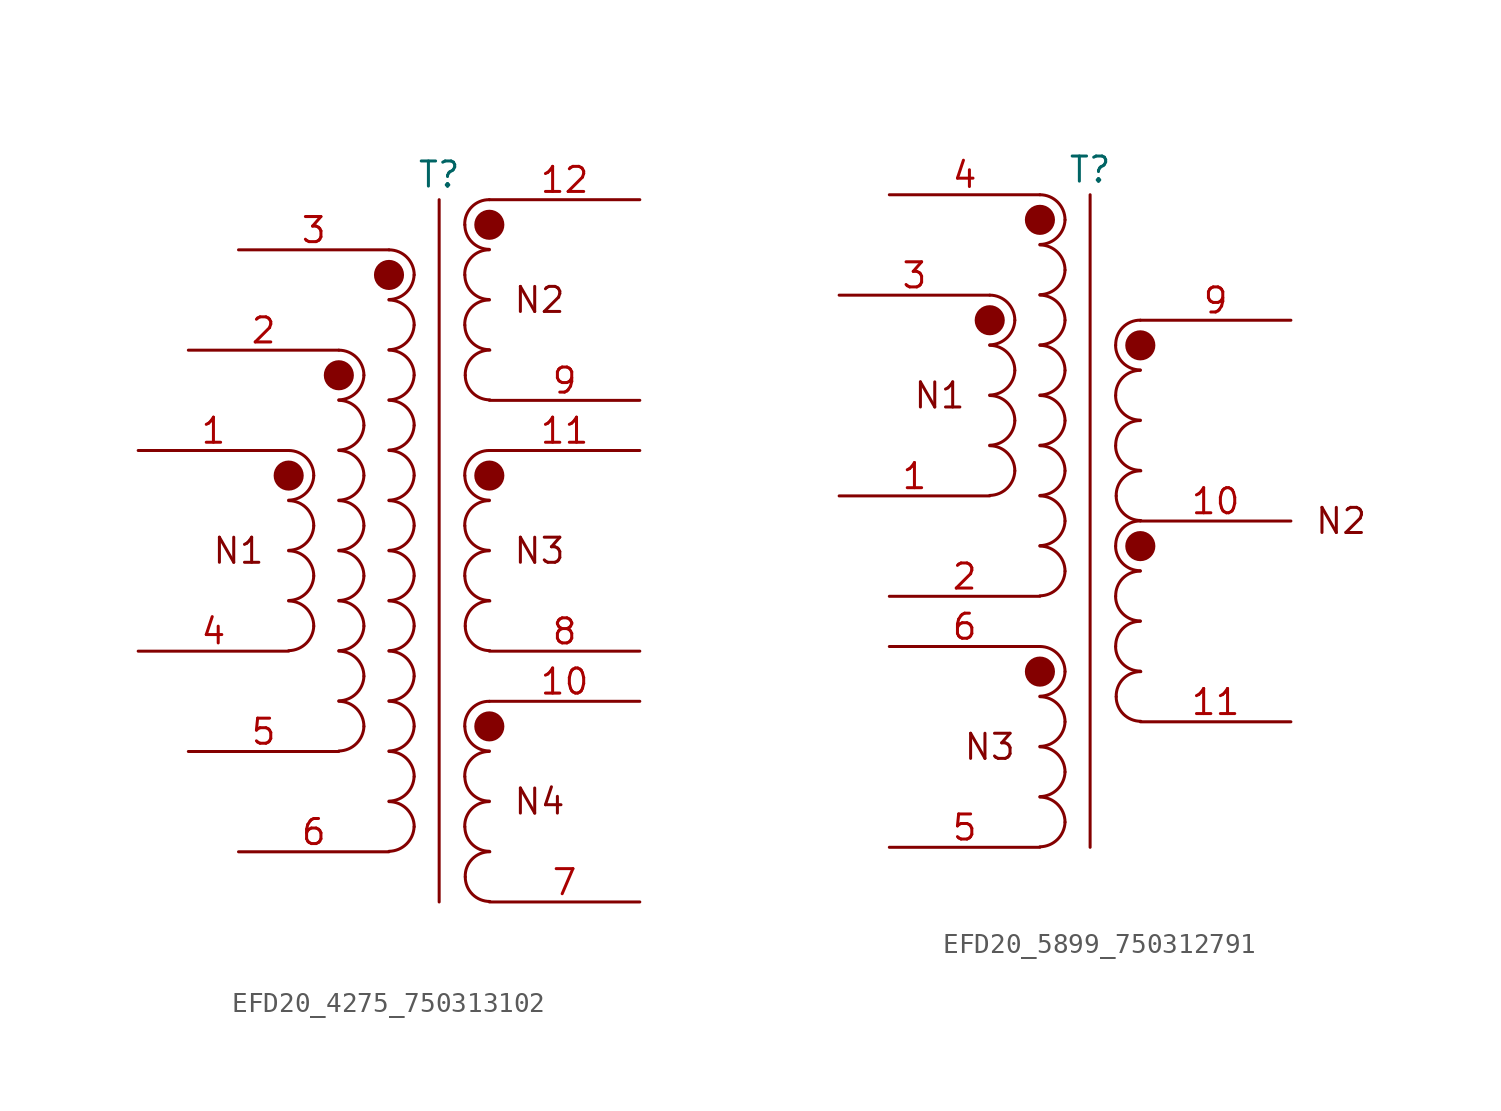
<source format=kicad_sym>
(kicad_symbol_lib
  (version 20220914)
  (generator kicad_symbol_editor)
  (symbol "EFD20_4275_750313102"
    (pin_names hide)
    (property "Reference" "T"
      (at 0 19.05 0)
      (effects (font (size 1.27 1.27))))
    (symbol "EFD20_4275_750313102_0_1"
      (arc (start -7.62 -5.0546) (mid -6.736 -4.6864) (end -6.35 -3.81) (stroke (width 0) (type default)) (fill (type none)))
      (arc (start -7.62 -2.5146) (mid -6.736 -2.1464) (end -6.35 -1.27) (stroke (width 0) (type default)) (fill (type none)))
      (arc (start -7.62 0.0254) (mid -6.736 0.3936) (end -6.35 1.27) (stroke (width 0) (type default)) (fill (type none)))
      (arc (start -7.62 2.5654) (mid -6.736 2.9336) (end -6.35 3.81) (stroke (width 0) (type default)) (fill (type none)))
      (arc (start -6.35 -3.81) (mid -6.722 -2.912) (end -7.62 -2.54) (stroke (width 0) (type default)) (fill (type none)))
      (arc (start -6.35 -1.27) (mid -6.722 -0.372) (end -7.62 0) (stroke (width 0) (type default)) (fill (type none)))
      (arc (start -6.35 1.27) (mid -6.722 2.168) (end -7.62 2.54) (stroke (width 0) (type default)) (fill (type none)))
      (arc (start -6.35 3.81) (mid -6.722 4.708) (end -7.62 5.08) (stroke (width 0) (type default)) (fill (type none)))
      (arc (start -5.08 -10.1346) (mid -4.196 -9.7664) (end -3.81 -8.89) (stroke (width 0) (type default)) (fill (type none)))
      (arc (start -5.08 -7.5946) (mid -4.196 -7.2264) (end -3.81 -6.35) (stroke (width 0) (type default)) (fill (type none)))
      (arc (start -5.08 -5.0546) (mid -4.196 -4.6864) (end -3.81 -3.81) (stroke (width 0) (type default)) (fill (type none)))
      (arc (start -5.08 -2.5146) (mid -4.196 -2.1464) (end -3.81 -1.27) (stroke (width 0) (type default)) (fill (type none)))
      (arc (start -5.08 0.0254) (mid -4.196 0.3936) (end -3.81 1.27) (stroke (width 0) (type default)) (fill (type none)))
      (arc (start -5.08 2.5654) (mid -4.196 2.9336) (end -3.81 3.81) (stroke (width 0) (type default)) (fill (type none)))
      (arc (start -5.08 5.1054) (mid -4.196 5.4736) (end -3.81 6.35) (stroke (width 0) (type default)) (fill (type none)))
      (arc (start -5.08 7.6454) (mid -4.196 8.0136) (end -3.81 8.89) (stroke (width 0) (type default)) (fill (type none)))
      (arc (start -3.81 -8.89) (mid -4.182 -7.992) (end -5.08 -7.62) (stroke (width 0) (type default)) (fill (type none)))
      (arc (start -3.81 -6.35) (mid -4.182 -5.452) (end -5.08 -5.08) (stroke (width 0) (type default)) (fill (type none)))
      (arc (start -3.81 -3.81) (mid -4.182 -2.912) (end -5.08 -2.54) (stroke (width 0) (type default)) (fill (type none)))
      (arc (start -3.81 -1.27) (mid -4.182 -0.372) (end -5.08 0) (stroke (width 0) (type default)) (fill (type none)))
      (arc (start -3.81 1.27) (mid -4.182 2.168) (end -5.08 2.54) (stroke (width 0) (type default)) (fill (type none)))
      (arc (start -3.81 3.81) (mid -4.182 4.708) (end -5.08 5.08) (stroke (width 0) (type default)) (fill (type none)))
      (arc (start -3.81 6.35) (mid -4.182 7.248) (end -5.08 7.62) (stroke (width 0) (type default)) (fill (type none)))
      (arc (start -3.81 8.89) (mid -4.182 9.788) (end -5.08 10.16) (stroke (width 0) (type default)) (fill (type none)))
      (arc (start -2.54 -15.2146) (mid -1.656 -14.8464) (end -1.27 -13.97) (stroke (width 0) (type default)) (fill (type none)))
      (arc (start -2.54 -12.6746) (mid -1.656 -12.3064) (end -1.27 -11.43) (stroke (width 0) (type default)) (fill (type none)))
      (arc (start -2.54 -10.1346) (mid -1.656 -9.7664) (end -1.27 -8.89) (stroke (width 0) (type default)) (fill (type none)))
      (arc (start -2.54 -7.5946) (mid -1.656 -7.2264) (end -1.27 -6.35) (stroke (width 0) (type default)) (fill (type none)))
      (arc (start -2.54 -5.0546) (mid -1.656 -4.6864) (end -1.27 -3.81) (stroke (width 0) (type default)) (fill (type none)))
      (arc (start -2.54 -2.5146) (mid -1.656 -2.1464) (end -1.27 -1.27) (stroke (width 0) (type default)) (fill (type none)))
      (arc (start -2.54 0.0254) (mid -1.656 0.3936) (end -1.27 1.27) (stroke (width 0) (type default)) (fill (type none)))
      (arc (start -2.54 2.5654) (mid -1.656 2.9336) (end -1.27 3.81) (stroke (width 0) (type default)) (fill (type none)))
      (arc (start -2.54 5.1054) (mid -1.656 5.4736) (end -1.27 6.35) (stroke (width 0) (type default)) (fill (type none)))
      (arc (start -2.54 7.6454) (mid -1.656 8.0136) (end -1.27 8.89) (stroke (width 0) (type default)) (fill (type none)))
      (arc (start -2.54 10.1854) (mid -1.656 10.5536) (end -1.27 11.43) (stroke (width 0) (type default)) (fill (type none)))
      (arc (start -2.54 12.7254) (mid -1.656 13.0936) (end -1.27 13.97) (stroke (width 0) (type default)) (fill (type none)))
      (arc (start -1.27 -13.97) (mid -1.642 -13.072) (end -2.54 -12.7) (stroke (width 0) (type default)) (fill (type none)))
      (arc (start -1.27 -11.43) (mid -1.642 -10.532) (end -2.54 -10.16) (stroke (width 0) (type default)) (fill (type none)))
      (arc (start -1.27 -8.89) (mid -1.642 -7.992) (end -2.54 -7.62) (stroke (width 0) (type default)) (fill (type none)))
      (arc (start -1.27 -6.35) (mid -1.642 -5.452) (end -2.54 -5.08) (stroke (width 0) (type default)) (fill (type none)))
      (arc (start -1.27 -3.81) (mid -1.642 -2.912) (end -2.54 -2.54) (stroke (width 0) (type default)) (fill (type none)))
      (arc (start -1.27 -1.27) (mid -1.642 -0.372) (end -2.54 0) (stroke (width 0) (type default)) (fill (type none)))
      (arc (start -1.27 1.27) (mid -1.642 2.168) (end -2.54 2.54) (stroke (width 0) (type default)) (fill (type none)))
      (arc (start -1.27 3.81) (mid -1.642 4.708) (end -2.54 5.08) (stroke (width 0) (type default)) (fill (type none)))
      (arc (start -1.27 6.35) (mid -1.642 7.248) (end -2.54 7.62) (stroke (width 0) (type default)) (fill (type none)))
      (arc (start -1.27 8.89) (mid -1.642 9.788) (end -2.54 10.16) (stroke (width 0) (type default)) (fill (type none)))
      (arc (start -1.27 11.43) (mid -1.642 12.328) (end -2.54 12.7) (stroke (width 0) (type default)) (fill (type none)))
      (arc (start -1.27 13.97) (mid -1.642 14.868) (end -2.54 15.24) (stroke (width 0) (type default)) (fill (type none)))
      (polyline (pts (xy 0 17.78) (xy 0 -17.78)) (stroke (width 0) (type default)) (fill (type none)))
      (arc (start 1.2954 -13.97) (mid 1.6599 -14.8501) (end 2.54 -15.2146) (stroke (width 0) (type default)) (fill (type none)))
      (arc (start 1.2954 -11.43) (mid 1.6599 -12.3101) (end 2.54 -12.6746) (stroke (width 0) (type default)) (fill (type none)))
      (arc (start 1.2954 -8.89) (mid 1.6599 -9.7701) (end 2.54 -10.1346) (stroke (width 0) (type default)) (fill (type none)))
      (arc (start 1.2954 -1.27) (mid 1.6599 -2.1501) (end 2.54 -2.5146) (stroke (width 0) (type default)) (fill (type none)))
      (arc (start 1.2954 1.27) (mid 1.6599 0.3899) (end 2.54 0.0254) (stroke (width 0) (type default)) (fill (type none)))
      (arc (start 1.2954 3.81) (mid 1.6599 2.9299) (end 2.54 2.5654) (stroke (width 0) (type default)) (fill (type none)))
      (arc (start 1.2954 11.43) (mid 1.6599 10.5499) (end 2.54 10.1854) (stroke (width 0) (type default)) (fill (type none)))
      (arc (start 1.2954 13.97) (mid 1.6599 13.0899) (end 2.54 12.7254) (stroke (width 0) (type default)) (fill (type none)))
      (arc (start 1.2954 16.51) (mid 1.6599 15.6299) (end 2.54 15.2654) (stroke (width 0) (type default)) (fill (type none)))
      (arc (start 1.3208 -16.51) (mid 1.6854 -17.3899) (end 2.5654 -17.7546) (stroke (width 0) (type default)) (fill (type none)))
      (arc (start 1.3208 -3.81) (mid 1.6853 -4.6901) (end 2.5654 -5.0546) (stroke (width 0) (type default)) (fill (type none)))
      (arc (start 1.3208 8.89) (mid 1.6854 8.0101) (end 2.5654 7.6454) (stroke (width 0) (type default)) (fill (type none)))
      (arc (start 2.54 -12.7) (mid 1.6458 -13.0685) (end 1.2954 -13.97) (stroke (width 0) (type default)) (fill (type none)))
      (arc (start 2.54 -10.16) (mid 1.6458 -10.5285) (end 1.2954 -11.43) (stroke (width 0) (type default)) (fill (type none)))
      (arc (start 2.54 -7.62) (mid 1.6458 -7.9885) (end 1.2954 -8.89) (stroke (width 0) (type default)) (fill (type none)))
      (arc (start 2.54 0) (mid 1.642 -0.372) (end 1.2954 -1.27) (stroke (width 0) (type default)) (fill (type none)))
      (arc (start 2.54 2.54) (mid 1.642 2.168) (end 1.2954 1.27) (stroke (width 0) (type default)) (fill (type none)))
      (arc (start 2.54 5.08) (mid 1.642 4.708) (end 1.2954 3.81) (stroke (width 0) (type default)) (fill (type none)))
      (arc (start 2.54 12.7) (mid 1.6458 12.3315) (end 1.2954 11.43) (stroke (width 0) (type default)) (fill (type none)))
      (arc (start 2.54 15.24) (mid 1.6458 14.8715) (end 1.2954 13.97) (stroke (width 0) (type default)) (fill (type none)))
      (arc (start 2.54 17.78) (mid 1.6458 17.4115) (end 1.2954 16.51) (stroke (width 0) (type default)) (fill (type none)))
      (arc (start 2.5654 -15.24) (mid 1.6709 -15.6083) (end 1.3208 -16.51) (stroke (width 0) (type default)) (fill (type none)))
      (arc (start 2.5654 -2.54) (mid 1.6674 -2.912) (end 1.3208 -3.81) (stroke (width 0) (type default)) (fill (type none)))
      (arc (start 2.5654 10.16) (mid 1.6709 9.7917) (end 1.3208 8.89) (stroke (width 0) (type default)) (fill (type none))))
    (symbol "EFD20_4275_750313102_1_1"
      (circle (center -7.62 3.81) (radius 0.0001) (stroke (width 0.762) (type default)) (fill (type none)))
      (circle (center -5.08 8.89) (radius 0.0001) (stroke (width 0.762) (type default)) (fill (type none)))
      (circle (center -2.54 13.97) (radius 0.0001) (stroke (width 0.762) (type default)) (fill (type none)))
      (circle (center 2.54 -8.89) (radius 0.0001) (stroke (width 0.762) (type default)) (fill (type none)))
      (circle (center 2.54 3.81) (radius 0.0001) (stroke (width 0.762) (type default)) (fill (type none)))
      (circle (center 2.54 16.51) (radius 0.0001) (stroke (width 0.762) (type default)) (fill (type none)))
      (text "N1" (at -10.16 0 0) (effects (font (size 1.27 1.27))))
      (text "N2" (at 5.08 12.7 0) (effects (font (size 1.27 1.27))))
      (text "N3" (at 5.08 0 0) (effects (font (size 1.27 1.27))))
      (text "N4" (at 5.08 -12.7 0) (effects (font (size 1.27 1.27))))
      (pin passive line (at -15.24 5.08 0) (length 7.62) (name "1" (effects (font (size 1.27 1.27)))) (number "1" (effects (font (size 1.27 1.27)))))
      (pin passive line (at 10.16 -7.62 180) (length 7.62) (name "10" (effects (font (size 1.27 1.27)))) (number "10" (effects (font (size 1.27 1.27)))))
      (pin passive line (at 10.16 5.08 180) (length 7.62) (name "11" (effects (font (size 1.27 1.27)))) (number "11" (effects (font (size 1.27 1.27)))))
      (pin passive line (at 10.16 17.78 180) (length 7.62) (name "12" (effects (font (size 1.27 1.27)))) (number "12" (effects (font (size 1.27 1.27)))))
      (pin passive line (at -12.7 10.16 0) (length 7.62) (name "2" (effects (font (size 1.27 1.27)))) (number "2" (effects (font (size 1.27 1.27)))))
      (pin passive line (at -10.16 15.24 0) (length 7.62) (name "3" (effects (font (size 1.27 1.27)))) (number "3" (effects (font (size 1.27 1.27)))))
      (pin passive line (at -15.24 -5.08 0) (length 7.62) (name "4" (effects (font (size 1.27 1.27)))) (number "4" (effects (font (size 1.27 1.27)))))
      (pin passive line (at -12.7 -10.16 0) (length 7.62) (name "5" (effects (font (size 1.27 1.27)))) (number "5" (effects (font (size 1.27 1.27)))))
      (pin passive line (at -10.16 -15.24 0) (length 7.62) (name "6" (effects (font (size 1.27 1.27)))) (number "6" (effects (font (size 1.27 1.27)))))
      (pin passive line (at 10.16 -17.78 180) (length 7.62) (name "7" (effects (font (size 1.27 1.27)))) (number "7" (effects (font (size 1.27 1.27)))))
      (pin passive line (at 10.16 -5.08 180) (length 7.62) (name "8" (effects (font (size 1.27 1.27)))) (number "8" (effects (font (size 1.27 1.27)))))
      (pin passive line (at 10.16 7.62 180) (length 7.62) (name "9" (effects (font (size 1.27 1.27)))) (number "9" (effects (font (size 1.27 1.27)))))))
  (symbol "EFD20_5899_750312791"
    (pin_names hide)
    (property "Reference" "T"
      (at 0 17.78 0)
      (effects (font (size 1.27 1.27))))
    (symbol "EFD20_5899_750312791_0_1"
      (arc (start -5.08 1.2954) (mid -4.1961 1.6637) (end -3.81 2.54) (stroke (width 0) (type default)) (fill (type none)))
      (arc (start -5.08 3.8354) (mid -4.1961 4.2037) (end -3.81 5.08) (stroke (width 0) (type default)) (fill (type none)))
      (arc (start -5.08 6.3754) (mid -4.1961 6.7437) (end -3.81 7.62) (stroke (width 0) (type default)) (fill (type none)))
      (arc (start -5.08 8.9154) (mid -4.1961 9.2837) (end -3.81 10.16) (stroke (width 0) (type default)) (fill (type none)))
      (arc (start -3.81 2.54) (mid -4.182 3.438) (end -5.08 3.81) (stroke (width 0) (type default)) (fill (type none)))
      (arc (start -3.81 5.08) (mid -4.182 5.978) (end -5.08 6.35) (stroke (width 0) (type default)) (fill (type none)))
      (arc (start -3.81 7.62) (mid -4.182 8.518) (end -5.08 8.89) (stroke (width 0) (type default)) (fill (type none)))
      (arc (start -3.81 10.16) (mid -4.182 11.058) (end -5.08 11.43) (stroke (width 0) (type default)) (fill (type none)))
      (arc (start -2.54 -16.4846) (mid -1.6561 -16.1163) (end -1.27 -15.24) (stroke (width 0) (type default)) (fill (type none)))
      (arc (start -2.54 -13.9446) (mid -1.6561 -13.5763) (end -1.27 -12.7) (stroke (width 0) (type default)) (fill (type none)))
      (arc (start -2.54 -11.4046) (mid -1.6561 -11.0363) (end -1.27 -10.16) (stroke (width 0) (type default)) (fill (type none)))
      (arc (start -2.54 -8.8646) (mid -1.6561 -8.4963) (end -1.27 -7.62) (stroke (width 0) (type default)) (fill (type none)))
      (arc (start -2.54 -3.7846) (mid -1.6561 -3.4163) (end -1.27 -2.54) (stroke (width 0) (type default)) (fill (type none)))
      (arc (start -2.54 -1.2446) (mid -1.6561 -0.8763) (end -1.27 0) (stroke (width 0) (type default)) (fill (type none)))
      (arc (start -2.54 1.2954) (mid -1.6561 1.6637) (end -1.27 2.54) (stroke (width 0) (type default)) (fill (type none)))
      (arc (start -2.54 3.8354) (mid -1.6561 4.2037) (end -1.27 5.08) (stroke (width 0) (type default)) (fill (type none)))
      (arc (start -2.54 6.3754) (mid -1.6561 6.7437) (end -1.27 7.62) (stroke (width 0) (type default)) (fill (type none)))
      (arc (start -2.54 8.9154) (mid -1.6561 9.2837) (end -1.27 10.16) (stroke (width 0) (type default)) (fill (type none)))
      (arc (start -2.54 11.4554) (mid -1.6561 11.8237) (end -1.27 12.7) (stroke (width 0) (type default)) (fill (type none)))
      (arc (start -2.54 13.9954) (mid -1.6561 14.3637) (end -1.27 15.24) (stroke (width 0) (type default)) (fill (type none)))
      (arc (start -1.27 -15.24) (mid -1.642 -14.342) (end -2.54 -13.97) (stroke (width 0) (type default)) (fill (type none)))
      (arc (start -1.27 -12.7) (mid -1.642 -11.802) (end -2.54 -11.43) (stroke (width 0) (type default)) (fill (type none)))
      (arc (start -1.27 -10.16) (mid -1.642 -9.262) (end -2.54 -8.89) (stroke (width 0) (type default)) (fill (type none)))
      (arc (start -1.27 -7.62) (mid -1.642 -6.722) (end -2.54 -6.35) (stroke (width 0) (type default)) (fill (type none)))
      (arc (start -1.27 -2.54) (mid -1.642 -1.642) (end -2.54 -1.27) (stroke (width 0) (type default)) (fill (type none)))
      (arc (start -1.27 0) (mid -1.642 0.898) (end -2.54 1.27) (stroke (width 0) (type default)) (fill (type none)))
      (arc (start -1.27 2.54) (mid -1.642 3.438) (end -2.54 3.81) (stroke (width 0) (type default)) (fill (type none)))
      (arc (start -1.27 5.08) (mid -1.642 5.978) (end -2.54 6.35) (stroke (width 0) (type default)) (fill (type none)))
      (arc (start -1.27 7.62) (mid -1.642 8.518) (end -2.54 8.89) (stroke (width 0) (type default)) (fill (type none)))
      (arc (start -1.27 10.16) (mid -1.642 11.058) (end -2.54 11.43) (stroke (width 0) (type default)) (fill (type none)))
      (arc (start -1.27 12.7) (mid -1.642 13.598) (end -2.54 13.97) (stroke (width 0) (type default)) (fill (type none)))
      (arc (start -1.27 15.24) (mid -1.642 16.138) (end -2.54 16.51) (stroke (width 0) (type default)) (fill (type none)))
      (polyline (pts (xy 0 16.51) (xy 0 -16.51)) (stroke (width 0) (type default)) (fill (type none)))
      (arc (start 1.2954 -6.35) (mid 1.6599 -7.2301) (end 2.54 -7.5946) (stroke (width 0) (type default)) (fill (type none)))
      (arc (start 1.2954 -3.81) (mid 1.6599 -4.6901) (end 2.54 -5.0546) (stroke (width 0) (type default)) (fill (type none)))
      (arc (start 1.2954 -1.27) (mid 1.6599 -2.1501) (end 2.54 -2.5146) (stroke (width 0) (type default)) (fill (type none)))
      (arc (start 1.2954 3.81) (mid 1.6599 2.9299) (end 2.54 2.5654) (stroke (width 0) (type default)) (fill (type none)))
      (arc (start 1.2954 6.35) (mid 1.6599 5.4699) (end 2.54 5.1054) (stroke (width 0) (type default)) (fill (type none)))
      (arc (start 1.2954 8.89) (mid 1.6599 8.0099) (end 2.54 7.6454) (stroke (width 0) (type default)) (fill (type none)))
      (arc (start 1.3208 -8.89) (mid 1.6855 -9.7699) (end 2.5654 -10.1346) (stroke (width 0) (type default)) (fill (type none)))
      (arc (start 1.3208 1.27) (mid 1.6854 0.3901) (end 2.5654 0.0254) (stroke (width 0) (type default)) (fill (type none)))
      (arc (start 2.54 -5.08) (mid 1.6458 -5.4485) (end 1.2954 -6.35) (stroke (width 0) (type default)) (fill (type none)))
      (arc (start 2.54 -2.54) (mid 1.6458 -2.9085) (end 1.2954 -3.81) (stroke (width 0) (type default)) (fill (type none)))
      (arc (start 2.54 0) (mid 1.6458 -0.3685) (end 1.2954 -1.27) (stroke (width 0) (type default)) (fill (type none)))
      (arc (start 2.54 5.08) (mid 1.6458 4.7115) (end 1.2954 3.81) (stroke (width 0) (type default)) (fill (type none)))
      (arc (start 2.54 7.62) (mid 1.6458 7.2515) (end 1.2954 6.35) (stroke (width 0) (type default)) (fill (type none)))
      (arc (start 2.54 10.16) (mid 1.6458 9.7915) (end 1.2954 8.89) (stroke (width 0) (type default)) (fill (type none)))
      (arc (start 2.5654 -7.62) (mid 1.6709 -7.9883) (end 1.3208 -8.89) (stroke (width 0) (type default)) (fill (type none)))
      (arc (start 2.5654 2.54) (mid 1.6709 2.1717) (end 1.3208 1.27) (stroke (width 0) (type default)) (fill (type none))))
    (symbol "EFD20_5899_750312791_1_1"
      (circle (center -5.08 10.16) (radius 0.0001) (stroke (width 0.762) (type default)) (fill (type none)))
      (circle (center -2.54 -7.62) (radius 0.0001) (stroke (width 0.762) (type default)) (fill (type none)))
      (circle (center -2.54 15.24) (radius 0.0001) (stroke (width 0.762) (type default)) (fill (type none)))
      (circle (center 2.54 -1.27) (radius 0.0001) (stroke (width 0.762) (type default)) (fill (type none)))
      (circle (center 2.54 8.89) (radius 0.0001) (stroke (width 0.762) (type default)) (fill (type none)))
      (text "N1" (at -7.62 6.35 0) (effects (font (size 1.27 1.27))))
      (text "N2" (at 12.7 0 0) (effects (font (size 1.27 1.27))))
      (text "N3" (at -5.08 -11.43 0) (effects (font (size 1.27 1.27))))
      (pin passive line (at -12.7 1.27 0) (length 7.62) (name "1" (effects (font (size 1.27 1.27)))) (number "1" (effects (font (size 1.27 1.27)))))
      (pin passive line (at 10.16 0 180) (length 7.62) (name "10" (effects (font (size 1.27 1.27)))) (number "10" (effects (font (size 1.27 1.27)))))
      (pin passive line (at 10.16 -10.16 180) (length 7.62) (name "11" (effects (font (size 1.27 1.27)))) (number "11" (effects (font (size 1.27 1.27)))))
      (pin passive line (at -10.16 -3.81 0) (length 7.62) (name "2" (effects (font (size 1.27 1.27)))) (number "2" (effects (font (size 1.27 1.27)))))
      (pin passive line (at -12.7 11.43 0) (length 7.62) (name "3" (effects (font (size 1.27 1.27)))) (number "3" (effects (font (size 1.27 1.27)))))
      (pin passive line (at -10.16 16.51 0) (length 7.62) (name "4" (effects (font (size 1.27 1.27)))) (number "4" (effects (font (size 1.27 1.27)))))
      (pin passive line (at -10.16 -16.51 0) (length 7.62) (name "5" (effects (font (size 1.27 1.27)))) (number "5" (effects (font (size 1.27 1.27)))))
      (pin passive line (at -10.16 -6.35 0) (length 7.62) (name "6" (effects (font (size 1.27 1.27)))) (number "6" (effects (font (size 1.27 1.27)))))
      (pin passive line (at 10.16 10.16 180) (length 7.62) (name "9" (effects (font (size 1.27 1.27)))) (number "9" (effects (font (size 1.27 1.27))))))))
</source>
